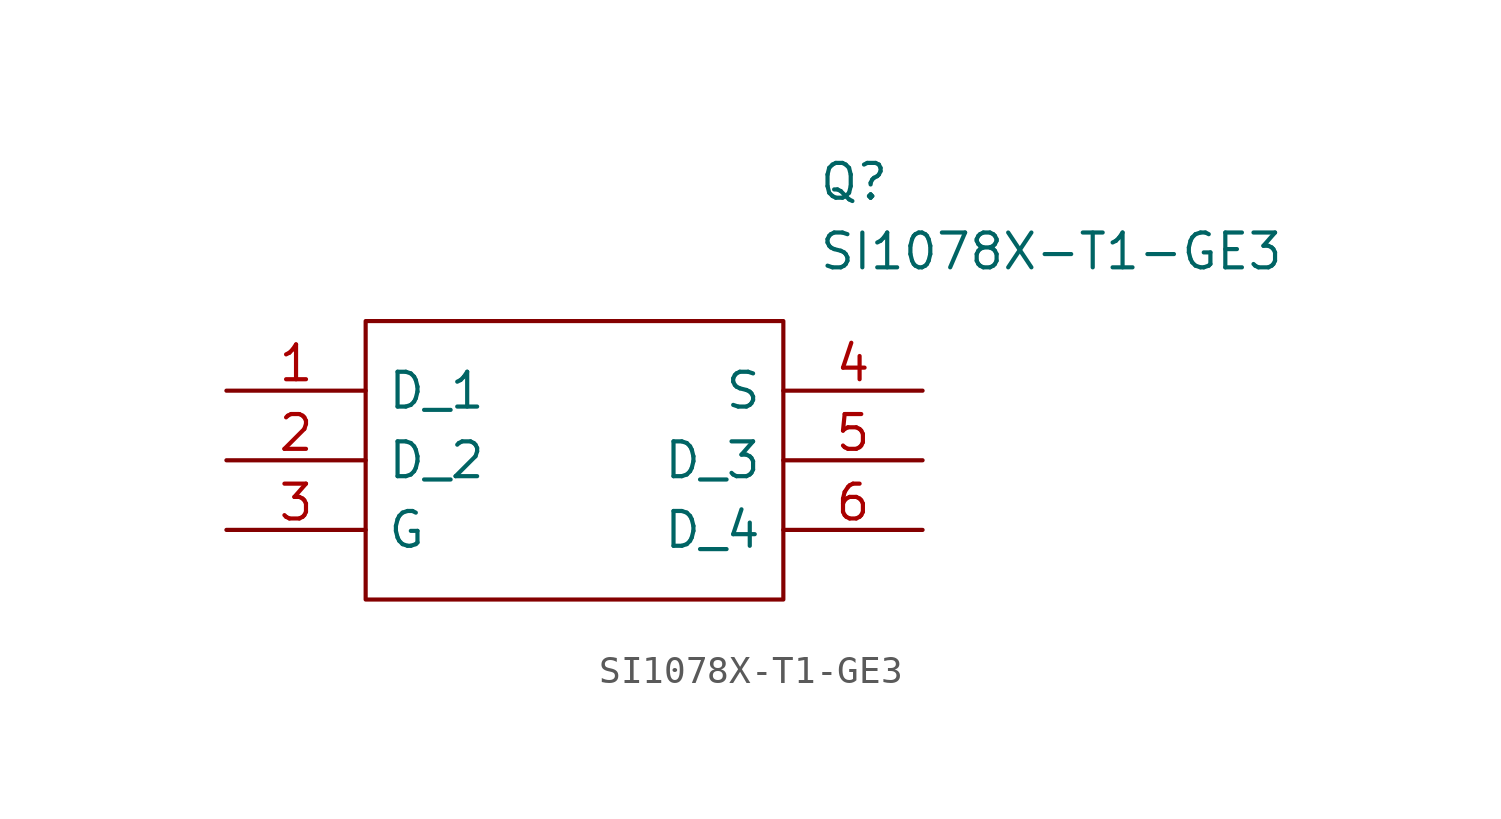
<source format=kicad_sym>
(kicad_symbol_lib
  (version 20211014)
  (generator kicad_symbol_editor)
  (symbol "SI1078X-T1-GE3"
    (pin_names
      (offset 0.762))
    (property "Reference" "Q"
      (at 21.59 7.62 0)
      (effects (font (size 1.27 1.27)) (justify left)))
    (property "Value" "SI1078X-T1-GE3"
      (at 21.59 5.08 0)
      (effects (font (size 1.27 1.27)) (justify left)))
    (symbol "SI1078X-T1-GE3_0_0"
      (pin passive line (at 0 0 0) (length 5.08) (name "D_1" (effects (font (size 1.27 1.27)))) (number "1" (effects (font (size 1.27 1.27)))))
      (pin passive line (at 0 -2.54 0) (length 5.08) (name "D_2" (effects (font (size 1.27 1.27)))) (number "2" (effects (font (size 1.27 1.27)))))
      (pin passive line (at 0 -5.08 0) (length 5.08) (name "G" (effects (font (size 1.27 1.27)))) (number "3" (effects (font (size 1.27 1.27)))))
      (pin passive line (at 25.4 0 180) (length 5.08) (name "S" (effects (font (size 1.27 1.27)))) (number "4" (effects (font (size 1.27 1.27)))))
      (pin passive line (at 25.4 -2.54 180) (length 5.08) (name "D_3" (effects (font (size 1.27 1.27)))) (number "5" (effects (font (size 1.27 1.27)))))
      (pin passive line (at 25.4 -5.08 180) (length 5.08) (name "D_4" (effects (font (size 1.27 1.27)))) (number "6" (effects (font (size 1.27 1.27))))))
    (symbol "SI1078X-T1-GE3_0_1"
      (polyline (pts (xy 5.08 2.54) (xy 20.32 2.54) (xy 20.32 -7.62) (xy 5.08 -7.62) (xy 5.08 2.54)) (stroke (width 0.152) (type default) (color 0 0 0 0)) (fill (type none))))))
</source>
